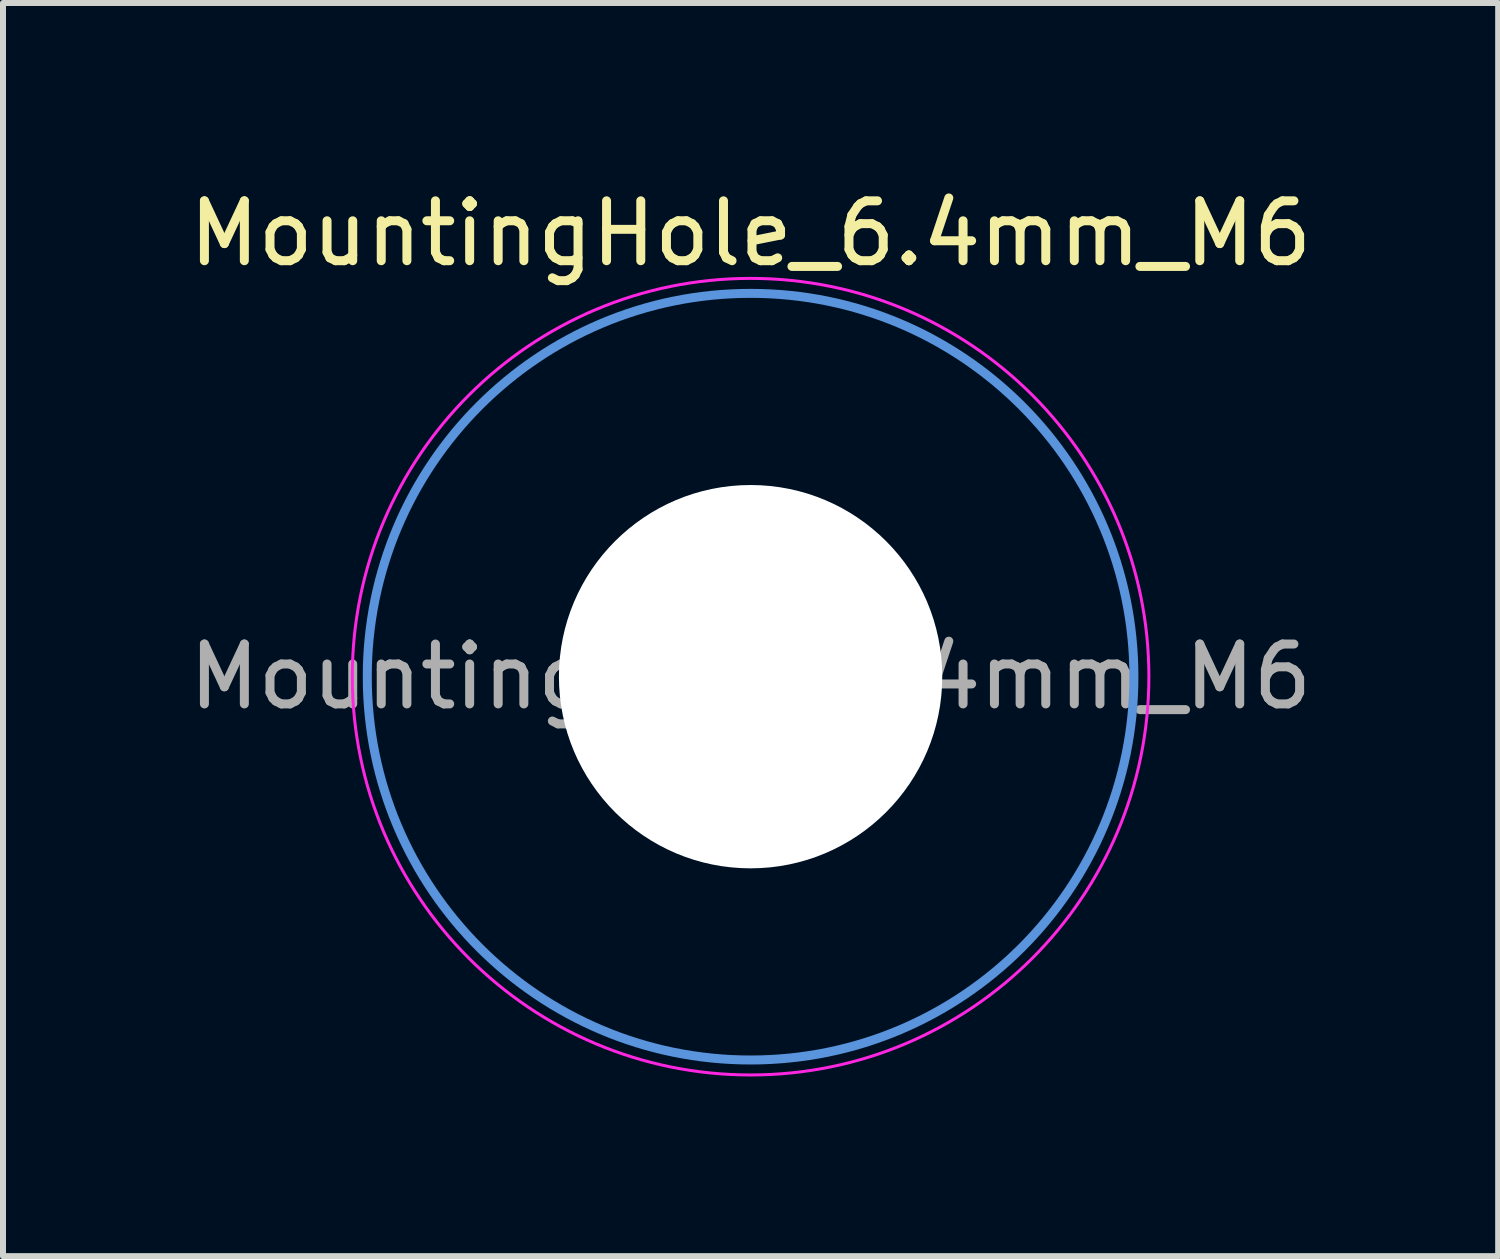
<source format=kicad_pcb>
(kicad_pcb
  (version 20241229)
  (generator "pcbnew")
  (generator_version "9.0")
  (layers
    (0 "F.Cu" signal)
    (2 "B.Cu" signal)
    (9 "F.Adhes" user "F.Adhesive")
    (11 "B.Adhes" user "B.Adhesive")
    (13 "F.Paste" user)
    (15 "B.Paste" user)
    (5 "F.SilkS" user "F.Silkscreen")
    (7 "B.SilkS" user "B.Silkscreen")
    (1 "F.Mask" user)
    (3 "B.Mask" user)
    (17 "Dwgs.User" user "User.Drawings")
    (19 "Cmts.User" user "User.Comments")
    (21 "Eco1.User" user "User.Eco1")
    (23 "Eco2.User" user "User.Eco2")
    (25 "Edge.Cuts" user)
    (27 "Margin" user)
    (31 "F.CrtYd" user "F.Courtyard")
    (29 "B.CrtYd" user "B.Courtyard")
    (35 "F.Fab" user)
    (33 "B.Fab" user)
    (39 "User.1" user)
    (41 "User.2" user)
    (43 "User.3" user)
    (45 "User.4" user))
  (footprint "MountingHole_6.4mm_M6"
    (layer "F.Cu")
    (at 9.482 8.248)
    (property "Reference" "MountingHole_6.4mm_M6" (at 0 -7.4 0) (layer "F.SilkS") (effects (font (size 1 1) (thickness 0.15))))
    (attr exclude_from_pos_files exclude_from_bom)
    (fp_circle (center 0 0) (end 6.4 0) (stroke (width 0.15) (type solid)) (fill no) (layer "Cmts.User"))
    (fp_circle (center 0 0) (end 6.65 0) (stroke (width 0.05) (type solid)) (fill no) (layer "F.CrtYd"))
    (fp_text user "${REFERENCE}" (at 0 0 0) (layer "F.Fab") (effects (font (size 1 1) (thickness 0.15))))
    (pad "" np_thru_hole circle (at 0 0) (size 6.4 6.4) (drill 6.4) (layers "*.Cu" "*.Mask")))
  (gr_rect
    (start -3 -3)
    (end 21.964 17.923)
    (stroke (width 0.1) (type default))
    (fill no)
    (layer "Edge.Cuts")))
</source>
